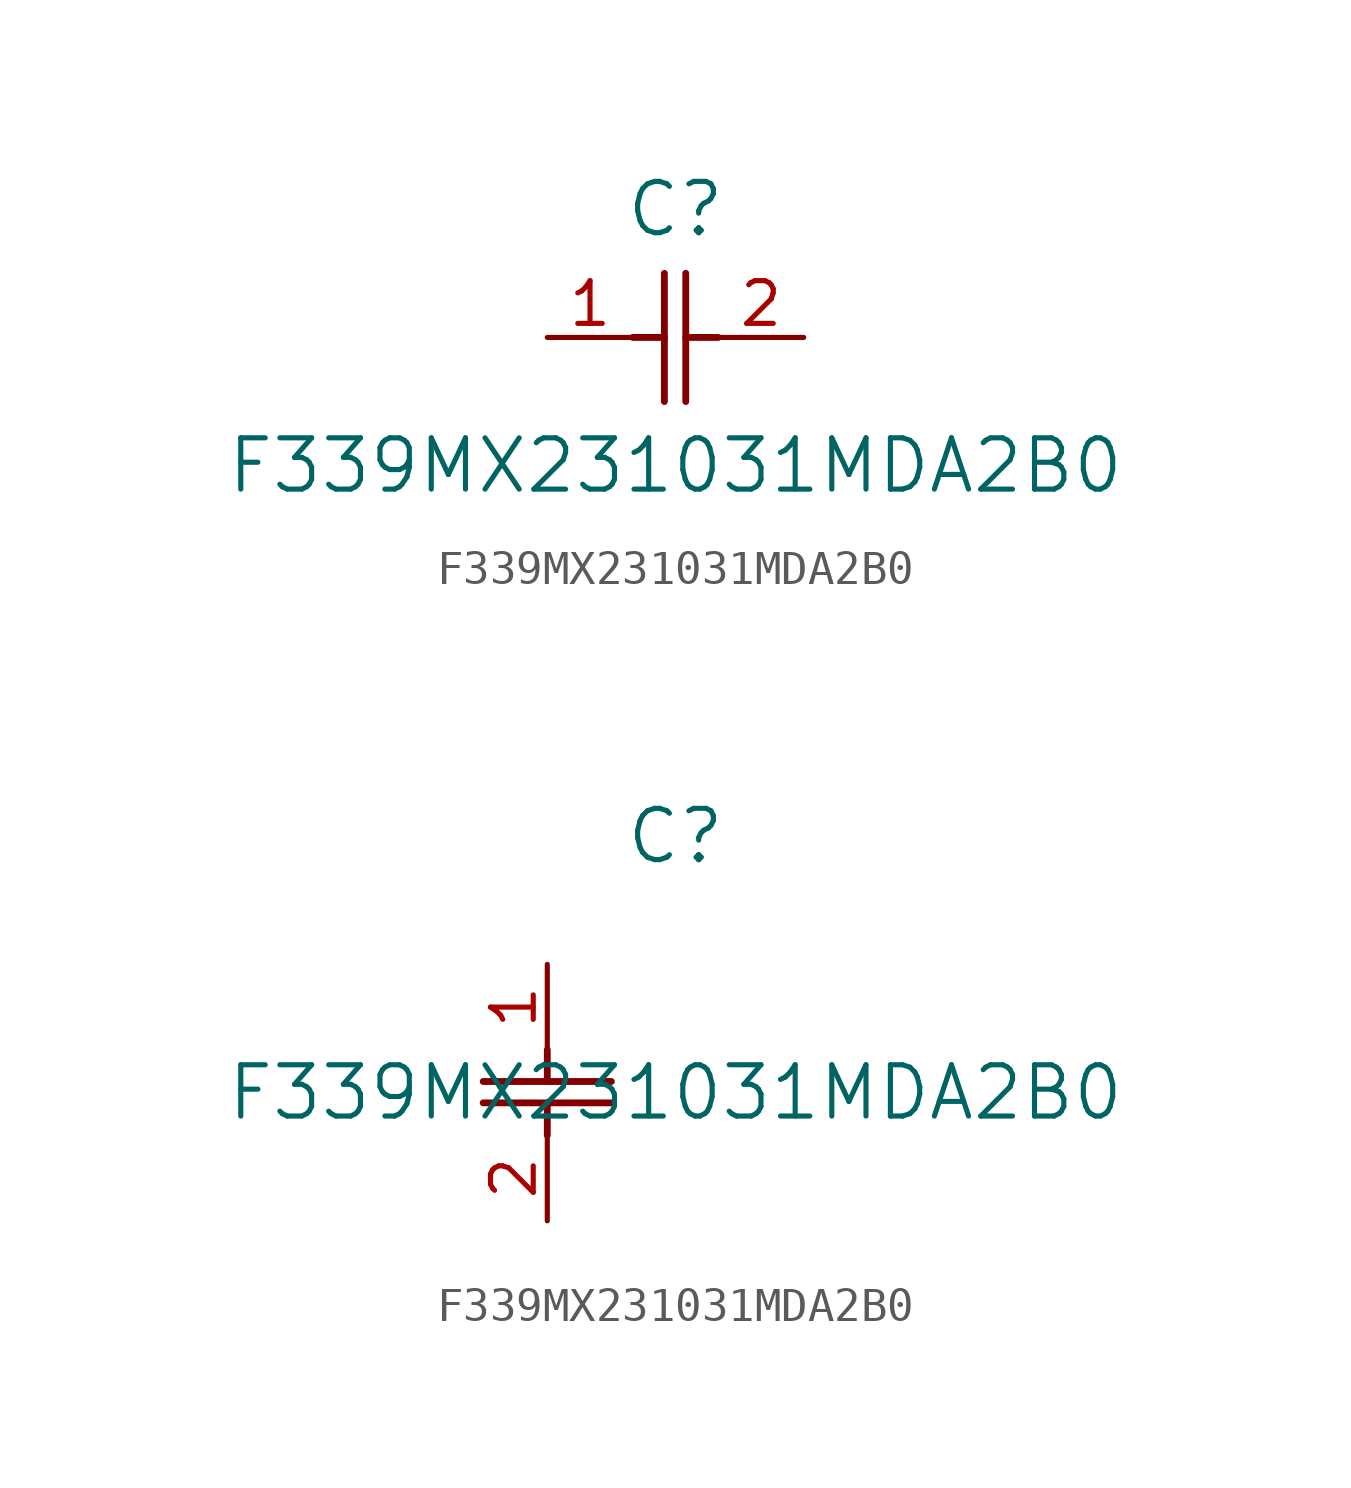
<source format=kicad_sym>
(kicad_symbol_lib
  (version 20211014)
  (generator kicad_symbol_editor)
  (symbol "F339MX231031MDA2B0"
    (pin_names
      (offset 0.254))
    (property "Reference" "C"
      (at 3.81 3.81 0)
      (effects (font (size 1.524 1.524))))
    (property "Value" "F339MX231031MDA2B0"
      (at 3.81 -3.81 0)
      (effects (font (size 1.524 1.524))))
    (symbol "F339MX231031MDA2B0_1_1"
      (polyline (pts (xy 3.48 -1.905) (xy 3.48 1.905)) (stroke (width 0.203) (type default) (color 0 0 0 0)) (fill (type none)))
      (polyline (pts (xy 4.115 -1.905) (xy 4.115 1.905)) (stroke (width 0.203) (type default) (color 0 0 0 0)) (fill (type none)))
      (polyline (pts (xy 4.115 0) (xy 5.08 0)) (stroke (width 0.203) (type default) (color 0 0 0 0)) (fill (type none)))
      (polyline (pts (xy 2.54 0) (xy 3.48 0)) (stroke (width 0.203) (type default) (color 0 0 0 0)) (fill (type none)))
      (pin unspecified line (at 0 0 0) (length 2.54) (name "" (effects (font (size 1.27 1.27)))) (number "1" (effects (font (size 1.27 1.27)))))
      (pin unspecified line (at 7.62 0 180) (length 2.54) (name "" (effects (font (size 1.27 1.27)))) (number "2" (effects (font (size 1.27 1.27))))))
    (symbol "F339MX231031MDA2B0_1_2"
      (polyline (pts (xy -1.905 -3.48) (xy 1.905 -3.48)) (stroke (width 0.203) (type default) (color 0 0 0 0)) (fill (type none)))
      (polyline (pts (xy -1.905 -4.115) (xy 1.905 -4.115)) (stroke (width 0.203) (type default) (color 0 0 0 0)) (fill (type none)))
      (polyline (pts (xy 0 -4.115) (xy 0 -5.08)) (stroke (width 0.203) (type default) (color 0 0 0 0)) (fill (type none)))
      (polyline (pts (xy 0 -2.54) (xy 0 -3.48)) (stroke (width 0.203) (type default) (color 0 0 0 0)) (fill (type none)))
      (pin unspecified line (at 0 0 270) (length 2.54) (name "" (effects (font (size 1.27 1.27)))) (number "1" (effects (font (size 1.27 1.27)))))
      (pin unspecified line (at 0 -7.62 90) (length 2.54) (name "" (effects (font (size 1.27 1.27)))) (number "2" (effects (font (size 1.27 1.27))))))))
</source>
